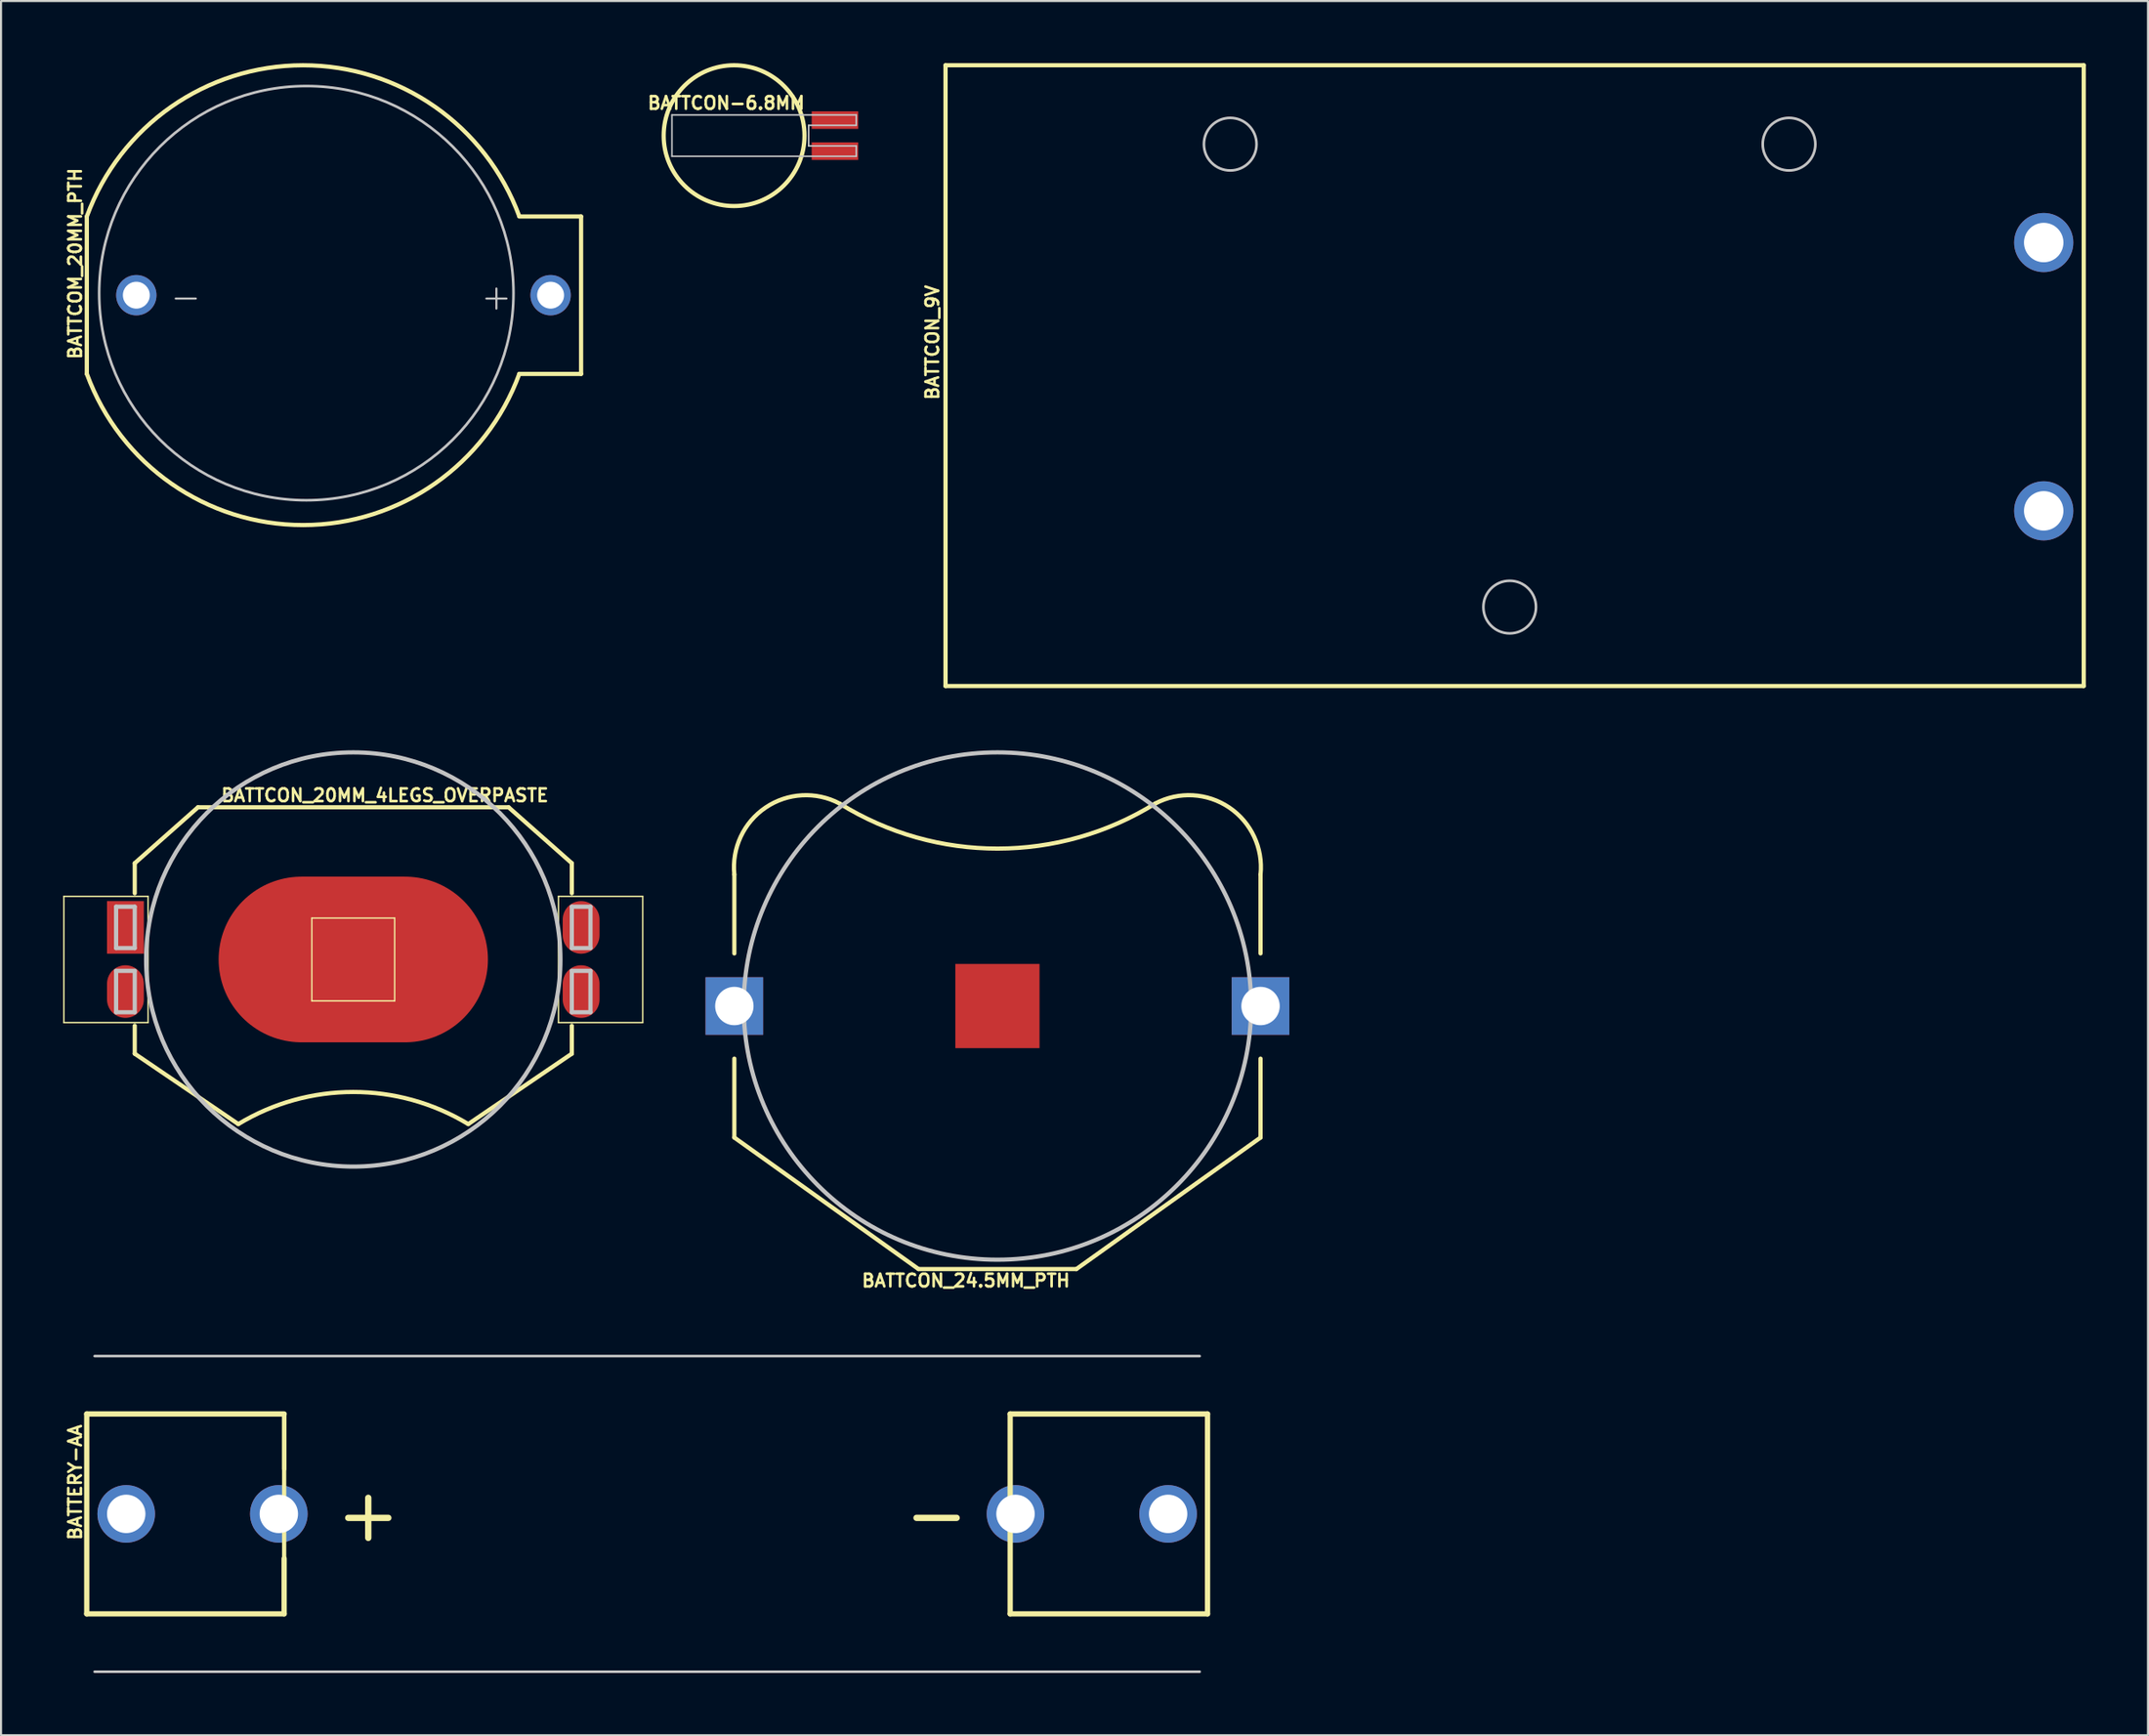
<source format=kicad_pcb>
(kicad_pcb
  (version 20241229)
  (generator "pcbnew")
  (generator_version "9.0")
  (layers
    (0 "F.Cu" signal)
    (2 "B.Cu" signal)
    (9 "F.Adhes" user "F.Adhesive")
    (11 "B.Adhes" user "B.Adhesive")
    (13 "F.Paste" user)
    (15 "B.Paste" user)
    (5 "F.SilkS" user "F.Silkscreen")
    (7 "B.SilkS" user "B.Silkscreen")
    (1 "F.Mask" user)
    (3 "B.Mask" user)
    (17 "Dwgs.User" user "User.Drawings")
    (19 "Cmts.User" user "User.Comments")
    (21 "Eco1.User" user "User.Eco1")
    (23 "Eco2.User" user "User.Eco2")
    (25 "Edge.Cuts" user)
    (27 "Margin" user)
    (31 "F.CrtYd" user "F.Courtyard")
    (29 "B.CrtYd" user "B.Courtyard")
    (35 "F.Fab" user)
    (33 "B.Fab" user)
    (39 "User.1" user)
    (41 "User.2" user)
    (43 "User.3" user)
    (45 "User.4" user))
  (footprint "BATTCON_20MM_4LEGS_OVERPASTE"
    (layer "F.Cu")
    (at 14.003 43.277)
    (property "Reference" "BATTCON_20MM_4LEGS_OVERPASTE" (at 1.524 -7.925 0) (layer "F.SilkS") (effects (font (size 0.61 0.61) (thickness 0.127))))
    (attr smd)
    (fp_line (start -13.97 -3.048) (end -9.906 -3.048) (stroke (width 0.066) (type solid)) (layer "F.SilkS"))
    (fp_line (start -13.97 3.048) (end -13.97 -3.048) (stroke (width 0.066) (type solid)) (layer "F.SilkS"))
    (fp_line (start -13.97 3.048) (end -9.906 3.048) (stroke (width 0.066) (type solid)) (layer "F.SilkS"))
    (fp_line (start -10.549 -3.198) (end -10.549 -4.648) (stroke (width 0.203) (type solid)) (layer "F.SilkS"))
    (fp_line (start -10.549 4.549) (end -10.549 3.198) (stroke (width 0.203) (type solid)) (layer "F.SilkS"))
    (fp_line (start -9.906 3.048) (end -9.906 -3.048) (stroke (width 0.066) (type solid)) (layer "F.SilkS"))
    (fp_line (start -7.498 -7.348) (end -10.549 -4.648) (stroke (width 0.203) (type solid)) (layer "F.SilkS"))
    (fp_line (start -7.498 -7.348) (end 7.498 -7.348) (stroke (width 0.203) (type solid)) (layer "F.SilkS"))
    (fp_line (start -5.55 7.948) (end -10.549 4.549) (stroke (width 0.203) (type solid)) (layer "F.SilkS"))
    (fp_line (start -1.999 -1.999) (end 1.999 -1.999) (stroke (width 0.066) (type solid)) (layer "F.SilkS"))
    (fp_line (start -1.999 1.999) (end -1.999 -1.999) (stroke (width 0.066) (type solid)) (layer "F.SilkS"))
    (fp_line (start -1.999 1.999) (end 1.999 1.999) (stroke (width 0.066) (type solid)) (layer "F.SilkS"))
    (fp_line (start 1.999 1.999) (end 1.999 -1.999) (stroke (width 0.066) (type solid)) (layer "F.SilkS"))
    (fp_line (start 7.498 -7.348) (end 10.549 -4.648) (stroke (width 0.203) (type solid)) (layer "F.SilkS"))
    (fp_line (start 9.906 -3.048) (end 13.97 -3.048) (stroke (width 0.066) (type solid)) (layer "F.SilkS"))
    (fp_line (start 9.906 3.048) (end 9.906 -3.048) (stroke (width 0.066) (type solid)) (layer "F.SilkS"))
    (fp_line (start 9.906 3.048) (end 13.97 3.048) (stroke (width 0.066) (type solid)) (layer "F.SilkS"))
    (fp_line (start 10.549 -4.648) (end 10.549 -3.198) (stroke (width 0.203) (type solid)) (layer "F.SilkS"))
    (fp_line (start 10.549 4.549) (end 5.55 7.948) (stroke (width 0.203) (type solid)) (layer "F.SilkS"))
    (fp_line (start 10.549 4.549) (end 10.549 3.198) (stroke (width 0.203) (type solid)) (layer "F.SilkS"))
    (fp_line (start 13.97 3.048) (end 13.97 -3.048) (stroke (width 0.066) (type solid)) (layer "F.SilkS"))
    (fp_arc (start -5.5499 7.94766) (mid -0.001137 6.397783) (end 5.547956 7.946482) (stroke (width 0.2032) (type solid)) (layer "F.SilkS"))
    (fp_line (start -11.448 -2.548) (end -10.549 -2.548) (stroke (width 0.203) (type solid)) (layer "Dwgs.User"))
    (fp_line (start -11.448 -0.549) (end -11.448 -2.548) (stroke (width 0.203) (type solid)) (layer "Dwgs.User"))
    (fp_line (start -11.448 0.549) (end -10.549 0.549) (stroke (width 0.203) (type solid)) (layer "Dwgs.User"))
    (fp_line (start -11.448 2.548) (end -11.448 0.549) (stroke (width 0.203) (type solid)) (layer "Dwgs.User"))
    (fp_line (start -10.549 -2.548) (end -10.549 -0.549) (stroke (width 0.203) (type solid)) (layer "Dwgs.User"))
    (fp_line (start -10.549 -0.549) (end -11.448 -0.549) (stroke (width 0.203) (type solid)) (layer "Dwgs.User"))
    (fp_line (start -10.549 0.549) (end -10.549 2.548) (stroke (width 0.203) (type solid)) (layer "Dwgs.User"))
    (fp_line (start -10.549 2.548) (end -11.448 2.548) (stroke (width 0.203) (type solid)) (layer "Dwgs.User"))
    (fp_line (start 10.549 -2.548) (end 10.549 -0.549) (stroke (width 0.203) (type solid)) (layer "Dwgs.User"))
    (fp_line (start 10.549 -2.548) (end 11.448 -2.548) (stroke (width 0.203) (type solid)) (layer "Dwgs.User"))
    (fp_line (start 10.549 0.549) (end 10.549 2.548) (stroke (width 0.203) (type solid)) (layer "Dwgs.User"))
    (fp_line (start 10.549 0.549) (end 11.448 0.549) (stroke (width 0.203) (type solid)) (layer "Dwgs.User"))
    (fp_line (start 11.448 -2.548) (end 11.448 -0.549) (stroke (width 0.203) (type solid)) (layer "Dwgs.User"))
    (fp_line (start 11.448 -0.549) (end 10.549 -0.549) (stroke (width 0.203) (type solid)) (layer "Dwgs.User"))
    (fp_line (start 11.448 0.549) (end 11.448 2.548) (stroke (width 0.203) (type solid)) (layer "Dwgs.User"))
    (fp_line (start 11.448 2.548) (end 10.549 2.548) (stroke (width 0.203) (type solid)) (layer "Dwgs.User"))
    (fp_circle (center 0 0) (end 0 -10) (stroke (width 0.203) (type solid)) (fill no) (layer "Dwgs.User"))
    (pad "1" smd rect (at -10.998 -1.549 90) (size 2.54 1.778) (layers "F.Cu" "F.Mask" "F.Paste"))
    (pad "2" smd oval (at 0 0) (size 13 7.998) (layers "F.Cu" "F.Mask" "F.Paste"))
    (pad "3" smd oval (at 10.998 -1.549 90) (size 2.54 1.778) (layers "F.Cu" "F.Mask" "F.Paste"))
    (pad "P$1" smd oval (at -10.998 1.549 90) (size 2.54 1.778) (layers "F.Cu" "F.Mask" "F.Paste"))
    (pad "P$2" smd oval (at 10.998 1.549 90) (size 2.54 1.778) (layers "F.Cu" "F.Mask" "F.Paste")))
  (footprint "BATTCON_24.5MM_PTH"
    (layer "F.Cu")
    (at 45.097 45.525)
    (property "Reference" "BATTCON_24.5MM_PTH" (at -1.524 13.259 180) (layer "F.SilkS") (effects (font (size 0.61 0.61) (thickness 0.127))))
    (attr smd)
    (fp_line (start -12.7 -6.35) (end -12.7 -2.54) (stroke (width 0.203) (type solid)) (layer "F.SilkS"))
    (fp_line (start -12.7 6.35) (end -12.7 2.54) (stroke (width 0.203) (type solid)) (layer "F.SilkS"))
    (fp_line (start -3.81 12.7) (end -12.7 6.35) (stroke (width 0.203) (type solid)) (layer "F.SilkS"))
    (fp_line (start -3.81 12.7) (end 3.81 12.7) (stroke (width 0.203) (type solid)) (layer "F.SilkS"))
    (fp_line (start 3.81 12.7) (end 12.7 6.35) (stroke (width 0.203) (type solid)) (layer "F.SilkS"))
    (fp_line (start 12.7 -6.35) (end 12.7 -2.54) (stroke (width 0.203) (type solid)) (layer "F.SilkS"))
    (fp_line (start 12.7 6.35) (end 12.7 2.54) (stroke (width 0.203) (type solid)) (layer "F.SilkS"))
    (fp_arc (start -12.7 -6.35) (mid -11.187518 -9.585872) (end -7.620839 -9.778918) (stroke (width 0.2032) (type solid)) (layer "F.SilkS"))
    (fp_arc (start 7.62 -9.779) (mid 0.010843 -7.601697) (end -7.601579 -9.767556) (stroke (width 0.2032) (type solid)) (layer "F.SilkS"))
    (fp_arc (start 7.62 -9.779) (mid 11.187195 -9.586651) (end 12.700534 -6.350653) (stroke (width 0.2032) (type solid)) (layer "F.SilkS"))
    (fp_circle (center 0 0) (end 0 -12.248) (stroke (width 0.203) (type solid)) (fill no) (layer "Dwgs.User"))
    (pad "1" thru_hole rect (at -12.7 0) (size 2.781 2.781) (drill 1.854) (layers "*.Cu" "*.Paste" "*.Mask"))
    (pad "2" smd rect (at 0 0) (size 4.064 4.064) (layers "F.Cu" "F.Mask" "F.Paste"))
    (pad "3" thru_hole rect (at 12.7 0) (size 2.781 2.781) (drill 1.854) (layers "*.Cu" "*.Paste" "*.Mask")))
  (footprint "BATTCOM_20MM_PTH"
    (layer "F.Cu")
    (at 11.679 11.203)
    (property "Reference" "BATTCOM_20MM_PTH" (at -11.1 -1.524 90) (layer "F.SilkS") (effects (font (size 0.61 0.61) (thickness 0.127))))
    (attr exclude_from_pos_files exclude_from_bom)
    (fp_line (start -10.538 -3.8) (end -10.538 3.8) (stroke (width 0.203) (type solid)) (layer "F.SilkS"))
    (fp_line (start 10.338 -3.8) (end 13.32 -3.8) (stroke (width 0.203) (type solid)) (layer "F.SilkS"))
    (fp_line (start 13.32 -3.8) (end 13.32 3.8) (stroke (width 0.203) (type solid)) (layer "F.SilkS"))
    (fp_line (start 13.32 3.8) (end 10.338 3.8) (stroke (width 0.203) (type solid)) (layer "F.SilkS"))
    (fp_arc (start -10.53846 -3.79984) (mid -0.106326 -11.101097) (end 10.335346 -3.813488) (stroke (width 0.2032) (type solid)) (layer "F.SilkS"))
    (fp_arc (start 10.3378 3.79984) (mid -0.092666 11.098712) (end -10.531525 3.811849) (stroke (width 0.2032) (type solid)) (layer "F.SilkS"))
    (fp_circle (center 0.058 -0.099) (end 0.058 -10.099) (stroke (width 0.127) (type solid)) (fill no) (layer "Dwgs.User"))
    (fp_text user "-" (at -5.763 0.064 0) (layer "Dwgs.User") (effects (font (size 1.27 1.27) (thickness 0.102))))
    (fp_text user "+" (at 9.233 0.064 0) (layer "Dwgs.User") (effects (font (size 1.27 1.27) (thickness 0.102))))
    (pad "1" thru_hole circle (at 11.849 0) (size 1.948 1.948) (drill 1.298) (layers "*.Cu" "*.Paste" "*.Mask"))
    (pad "2" thru_hole circle (at -8.148 0) (size 1.948 1.948) (drill 1.298) (layers "*.Cu" "*.Paste" "*.Mask")))
  (footprint "BATTCON-6.8MM"
    (layer "F.Cu")
    (at 32.385 3.5)
    (property "Reference" "BATTCON-6.8MM" (at -0.381 -1.575 0) (layer "F.SilkS") (effects (font (size 0.61 0.61) (thickness 0.127))))
    (attr smd)
    (fp_circle (center 0 0) (end 0 -3.399) (stroke (width 0.203) (type solid)) (fill no) (layer "F.SilkS"))
    (fp_line (start -3 -0.998) (end -3 0.998) (stroke (width 0.076) (type solid)) (layer "Dwgs.User"))
    (fp_line (start -3 0.998) (end 5.898 0.998) (stroke (width 0.076) (type solid)) (layer "Dwgs.User"))
    (fp_line (start 3.599 0.498) (end 3.599 -0.498) (stroke (width 0.076) (type solid)) (layer "Dwgs.User"))
    (fp_line (start 3.599 0.498) (end 5.898 0.498) (stroke (width 0.076) (type solid)) (layer "Dwgs.User"))
    (fp_line (start 5.898 -0.998) (end -3 -0.998) (stroke (width 0.076) (type solid)) (layer "Dwgs.User"))
    (fp_line (start 5.898 -0.998) (end 5.898 -0.498) (stroke (width 0.076) (type solid)) (layer "Dwgs.User"))
    (fp_line (start 5.898 -0.498) (end 3.599 -0.498) (stroke (width 0.076) (type solid)) (layer "Dwgs.User"))
    (fp_line (start 5.898 0.498) (end 5.898 0.998) (stroke (width 0.076) (type solid)) (layer "Dwgs.User"))
    (fp_circle (center 0 0) (end 0 -3.399) (stroke (width 0.203) (type solid)) (fill no) (layer "Eco2.User"))
    (pad "+" smd rect (at 4.869 -0.749 180) (size 2.248 0.848) (layers "F.Cu" "F.Mask" "F.Paste"))
    (pad "-" smd rect (at 4.869 0.749 180) (size 2.248 0.848) (layers "F.Cu" "F.Mask" "F.Paste")))
  (footprint "BATTCON_9V"
    (layer "F.Cu")
    (at 95.602 8.661)
    (property "Reference" "BATTCON_9V" (at -53.645 4.826 90) (layer "F.SilkS") (effects (font (size 0.61 0.61) (thickness 0.127))))
    (attr exclude_from_pos_files exclude_from_bom)
    (fp_line (start -53.01 -8.56) (end 1.93 -8.56) (stroke (width 0.203) (type solid)) (layer "F.SilkS"))
    (fp_line (start -53.01 21.412) (end -53.01 -8.56) (stroke (width 0.203) (type solid)) (layer "F.SilkS"))
    (fp_line (start 1.93 -8.56) (end 1.93 21.412) (stroke (width 0.203) (type solid)) (layer "F.SilkS"))
    (fp_line (start 1.93 21.412) (end -53.01 21.412) (stroke (width 0.203) (type solid)) (layer "F.SilkS"))
    (fp_circle (center -39.268 -4.75) (end -39.268 -6.02) (stroke (width 0.127) (type solid)) (fill no) (layer "Dwgs.User"))
    (fp_circle (center -25.778 17.6) (end -25.778 16.33) (stroke (width 0.127) (type solid)) (fill no) (layer "Dwgs.User"))
    (fp_circle (center -12.294 -4.75) (end -12.294 -6.02) (stroke (width 0.127) (type solid)) (fill no) (layer "Dwgs.User"))
    (pad "+" thru_hole circle (at 0 0) (size 2.857 2.857) (drill 1.905) (layers "*.Cu" "*.Paste" "*.Mask"))
    (pad "-" thru_hole circle (at 0 12.954) (size 2.857 2.857) (drill 1.905) (layers "*.Cu" "*.Paste" "*.Mask")))
  (footprint "BATTERY-AA"
    (layer "F.Cu")
    (at 28.189 70.046)
    (property "Reference" "BATTERY-AA" (at -27.61 -1.524 90) (layer "F.SilkS") (effects (font (size 0.61 0.61) (thickness 0.127))))
    (attr exclude_from_pos_files exclude_from_bom)
    (fp_line (start -27.051 -4.826) (end -17.523 -4.826) (stroke (width 0.203) (type solid)) (layer "F.SilkS"))
    (fp_line (start -27.051 -4.826) (end -17.523 -4.826) (stroke (width 0.254) (type solid)) (layer "F.SilkS"))
    (fp_line (start -27.051 4.826) (end -27.051 -4.826) (stroke (width 0.203) (type solid)) (layer "F.SilkS"))
    (fp_line (start -27.051 4.826) (end -27.051 -4.826) (stroke (width 0.254) (type solid)) (layer "F.SilkS"))
    (fp_line (start -17.523 -4.826) (end -17.523 -2.159) (stroke (width 0.203) (type solid)) (layer "F.SilkS"))
    (fp_line (start -17.523 -4.826) (end -17.523 4.826) (stroke (width 0.203) (type solid)) (layer "F.SilkS"))
    (fp_line (start -17.523 2.159) (end -17.523 4.826) (stroke (width 0.254) (type solid)) (layer "F.SilkS"))
    (fp_line (start -17.523 4.826) (end -27.051 4.826) (stroke (width 0.203) (type solid)) (layer "F.SilkS"))
    (fp_line (start -17.523 4.826) (end -27.051 4.826) (stroke (width 0.254) (type solid)) (layer "F.SilkS"))
    (fp_line (start 17.523 -4.826) (end 17.523 -2.159) (stroke (width 0.203) (type solid)) (layer "F.SilkS"))
    (fp_line (start 17.523 -4.826) (end 27.051 -4.826) (stroke (width 0.254) (type solid)) (layer "F.SilkS"))
    (fp_line (start 17.523 2.159) (end 17.523 4.826) (stroke (width 0.203) (type solid)) (layer "F.SilkS"))
    (fp_line (start 17.523 4.826) (end 17.523 -4.826) (stroke (width 0.254) (type solid)) (layer "F.SilkS"))
    (fp_line (start 17.523 4.826) (end 27.051 4.826) (stroke (width 0.203) (type solid)) (layer "F.SilkS"))
    (fp_line (start 27.051 -4.826) (end 17.523 -4.826) (stroke (width 0.203) (type solid)) (layer "F.SilkS"))
    (fp_line (start 27.051 -4.826) (end 27.051 4.826) (stroke (width 0.254) (type solid)) (layer "F.SilkS"))
    (fp_line (start 27.051 4.826) (end 17.523 4.826) (stroke (width 0.254) (type solid)) (layer "F.SilkS"))
    (fp_line (start 27.051 4.826) (end 27.051 -4.826) (stroke (width 0.203) (type solid)) (layer "F.SilkS"))
    (fp_line (start -26.67 -7.62) (end 26.67 -7.62) (stroke (width 0.127) (type solid)) (layer "Dwgs.User"))
    (fp_line (start 26.67 7.62) (end -26.67 7.62) (stroke (width 0.127) (type solid)) (layer "Dwgs.User"))
    (fp_text user "+" (at -13.462 0 0) (layer "F.SilkS") (effects (font (size 2.54 2.54) (thickness 0.305))))
    (fp_text user "-" (at 13.97 0 0) (layer "F.SilkS") (effects (font (size 2.54 2.54) (thickness 0.305))))
    (pad "GND@" thru_hole circle (at 17.78 0) (size 2.781 2.781) (drill 1.854) (layers "*.Cu" "*.Paste" "*.Mask"))
    (pad "GND@" thru_hole circle (at 25.146 0) (size 2.781 2.781) (drill 1.854) (layers "*.Cu" "*.Paste" "*.Mask"))
    (pad "PWR@" thru_hole circle (at -25.146 0) (size 2.781 2.781) (drill 1.854) (layers "*.Cu" "*.Paste" "*.Mask"))
    (pad "PWR@" thru_hole circle (at -17.78 0) (size 2.781 2.781) (drill 1.854) (layers "*.Cu" "*.Paste" "*.Mask")))
  (gr_rect
    (start -3 -3)
    (end 100.634 80.73)
    (stroke (width 0.1) (type default))
    (fill no)
    (layer "Edge.Cuts")))
</source>
